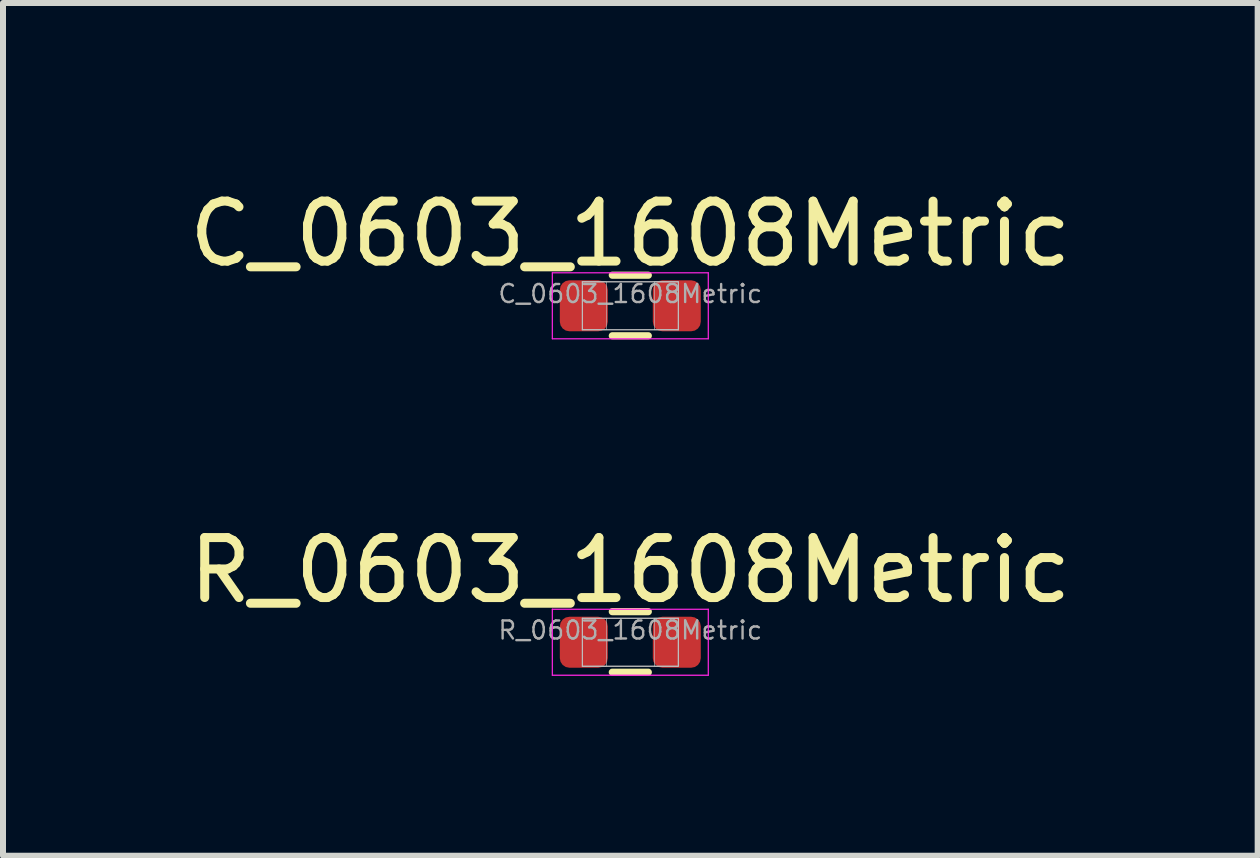
<source format=kicad_pcb>
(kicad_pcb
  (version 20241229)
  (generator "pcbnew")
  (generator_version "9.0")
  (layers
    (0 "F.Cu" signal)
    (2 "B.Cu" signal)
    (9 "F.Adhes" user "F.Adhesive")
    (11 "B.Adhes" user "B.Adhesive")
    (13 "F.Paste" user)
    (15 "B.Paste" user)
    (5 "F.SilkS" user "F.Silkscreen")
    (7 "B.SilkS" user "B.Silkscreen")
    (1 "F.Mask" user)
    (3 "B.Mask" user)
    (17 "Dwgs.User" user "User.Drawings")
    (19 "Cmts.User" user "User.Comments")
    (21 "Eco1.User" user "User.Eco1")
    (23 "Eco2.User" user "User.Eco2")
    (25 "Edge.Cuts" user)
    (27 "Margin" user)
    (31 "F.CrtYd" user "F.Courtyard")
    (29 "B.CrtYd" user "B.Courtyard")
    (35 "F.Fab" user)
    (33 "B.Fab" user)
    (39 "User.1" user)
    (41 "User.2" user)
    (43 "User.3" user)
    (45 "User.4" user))
  (footprint "R_0603_1608Metric"
    (layer "F.Cu")
    (at 7.458 7.657)
    (property "Reference" "R_0603_1608Metric" (at 0 -1.2 0) (layer "F.SilkS") (effects (font (size 1 1) (thickness 0.15))))
    (attr smd)
    (fp_line (start -0.3 -0.51) (end 0.3 -0.51) (stroke (width 0.12) (type solid)) (layer "F.SilkS"))
    (fp_line (start -0.3 0.5) (end 0.3 0.5) (stroke (width 0.12) (type solid)) (layer "F.SilkS"))
    (fp_rect (start -0.8 -0.4) (end -0.4 0.4) (stroke (width 0.01) (type solid)) (fill no) (layer "Dwgs.User"))
    (fp_rect (start -0.8 -0.4) (end 0.8 0.4) (stroke (width 0.01) (type solid)) (fill no) (layer "Dwgs.User"))
    (fp_rect (start 0.4 -0.4) (end 0.8 0.4) (stroke (width 0.01) (type solid)) (fill no) (layer "Dwgs.User"))
    (fp_line (start -1.3 -0.55) (end 1.3 -0.55) (stroke (width 0.02) (type solid)) (layer "F.CrtYd"))
    (fp_line (start -1.3 0.55) (end -1.3 -0.55) (stroke (width 0.02) (type solid)) (layer "F.CrtYd"))
    (fp_line (start 1.3 -0.55) (end 1.3 0.55) (stroke (width 0.02) (type solid)) (layer "F.CrtYd"))
    (fp_line (start 1.3 0.55) (end -1.3 0.55) (stroke (width 0.02) (type solid)) (layer "F.CrtYd"))
    (fp_line (start -0.8 -0.4) (end 0.8 -0.4) (stroke (width 0.02) (type solid)) (layer "F.Fab"))
    (fp_line (start -0.8 0.4) (end -0.8 -0.4) (stroke (width 0.02) (type solid)) (layer "F.Fab"))
    (fp_line (start 0.8 -0.4) (end 0.8 0.4) (stroke (width 0.02) (type solid)) (layer "F.Fab"))
    (fp_line (start 0.8 0.4) (end -0.8 0.4) (stroke (width 0.02) (type solid)) (layer "F.Fab"))
    (fp_text user "${REFERENCE}" (at 0 -0.2 0) (layer "F.Fab") (effects (font (size 0.3 0.3) (thickness 0.04))))
    (pad "1" smd roundrect (at -0.775 0) (size 0.8 0.85) (layers "F.Cu" "F.Mask" "F.Paste") (roundrect_rratio 0.2))
    (pad "2" smd roundrect (at 0.775 0) (size 0.8 0.85) (layers "F.Cu" "F.Mask" "F.Paste") (roundrect_rratio 0.2)))
  (footprint "C_0603_1608Metric"
    (layer "F.Cu")
    (at 7.458 2.048)
    (property "Reference" "C_0603_1608Metric" (at 0 -1.2 0) (layer "F.SilkS") (effects (font (size 1 1) (thickness 0.15))))
    (attr smd)
    (fp_line (start -0.3 -0.51) (end 0.3 -0.51) (stroke (width 0.12) (type solid)) (layer "F.SilkS"))
    (fp_line (start -0.3 0.5) (end 0.3 0.5) (stroke (width 0.12) (type solid)) (layer "F.SilkS"))
    (fp_rect (start -0.8 -0.4) (end -0.4 0.4) (stroke (width 0.01) (type solid)) (fill no) (layer "Dwgs.User"))
    (fp_rect (start -0.8 -0.4) (end 0.8 0.4) (stroke (width 0.01) (type solid)) (fill no) (layer "Dwgs.User"))
    (fp_rect (start 0.4 -0.4) (end 0.8 0.4) (stroke (width 0.01) (type solid)) (fill no) (layer "Dwgs.User"))
    (fp_line (start -1.3 -0.55) (end 1.3 -0.55) (stroke (width 0.02) (type solid)) (layer "F.CrtYd"))
    (fp_line (start -1.3 0.55) (end -1.3 -0.55) (stroke (width 0.02) (type solid)) (layer "F.CrtYd"))
    (fp_line (start 1.3 -0.55) (end 1.3 0.55) (stroke (width 0.02) (type solid)) (layer "F.CrtYd"))
    (fp_line (start 1.3 0.55) (end -1.3 0.55) (stroke (width 0.02) (type solid)) (layer "F.CrtYd"))
    (fp_line (start -0.8 -0.4) (end 0.8 -0.4) (stroke (width 0.02) (type solid)) (layer "F.Fab"))
    (fp_line (start -0.8 0.4) (end -0.8 -0.4) (stroke (width 0.02) (type solid)) (layer "F.Fab"))
    (fp_line (start 0.8 -0.4) (end 0.8 0.4) (stroke (width 0.02) (type solid)) (layer "F.Fab"))
    (fp_line (start 0.8 0.4) (end -0.8 0.4) (stroke (width 0.02) (type solid)) (layer "F.Fab"))
    (fp_text user "${REFERENCE}" (at 0 -0.2 0) (layer "F.Fab") (effects (font (size 0.3 0.3) (thickness 0.04))))
    (pad "1" smd roundrect (at -0.775 0) (size 0.8 0.85) (layers "F.Cu" "F.Mask" "F.Paste") (roundrect_rratio 0.2))
    (pad "2" smd roundrect (at 0.775 0) (size 0.8 0.85) (layers "F.Cu" "F.Mask" "F.Paste") (roundrect_rratio 0.2)))
  (gr_rect
    (start -3 -3)
    (end 17.917 11.216)
    (stroke (width 0.1) (type default))
    (fill no)
    (layer "Edge.Cuts")))
</source>
